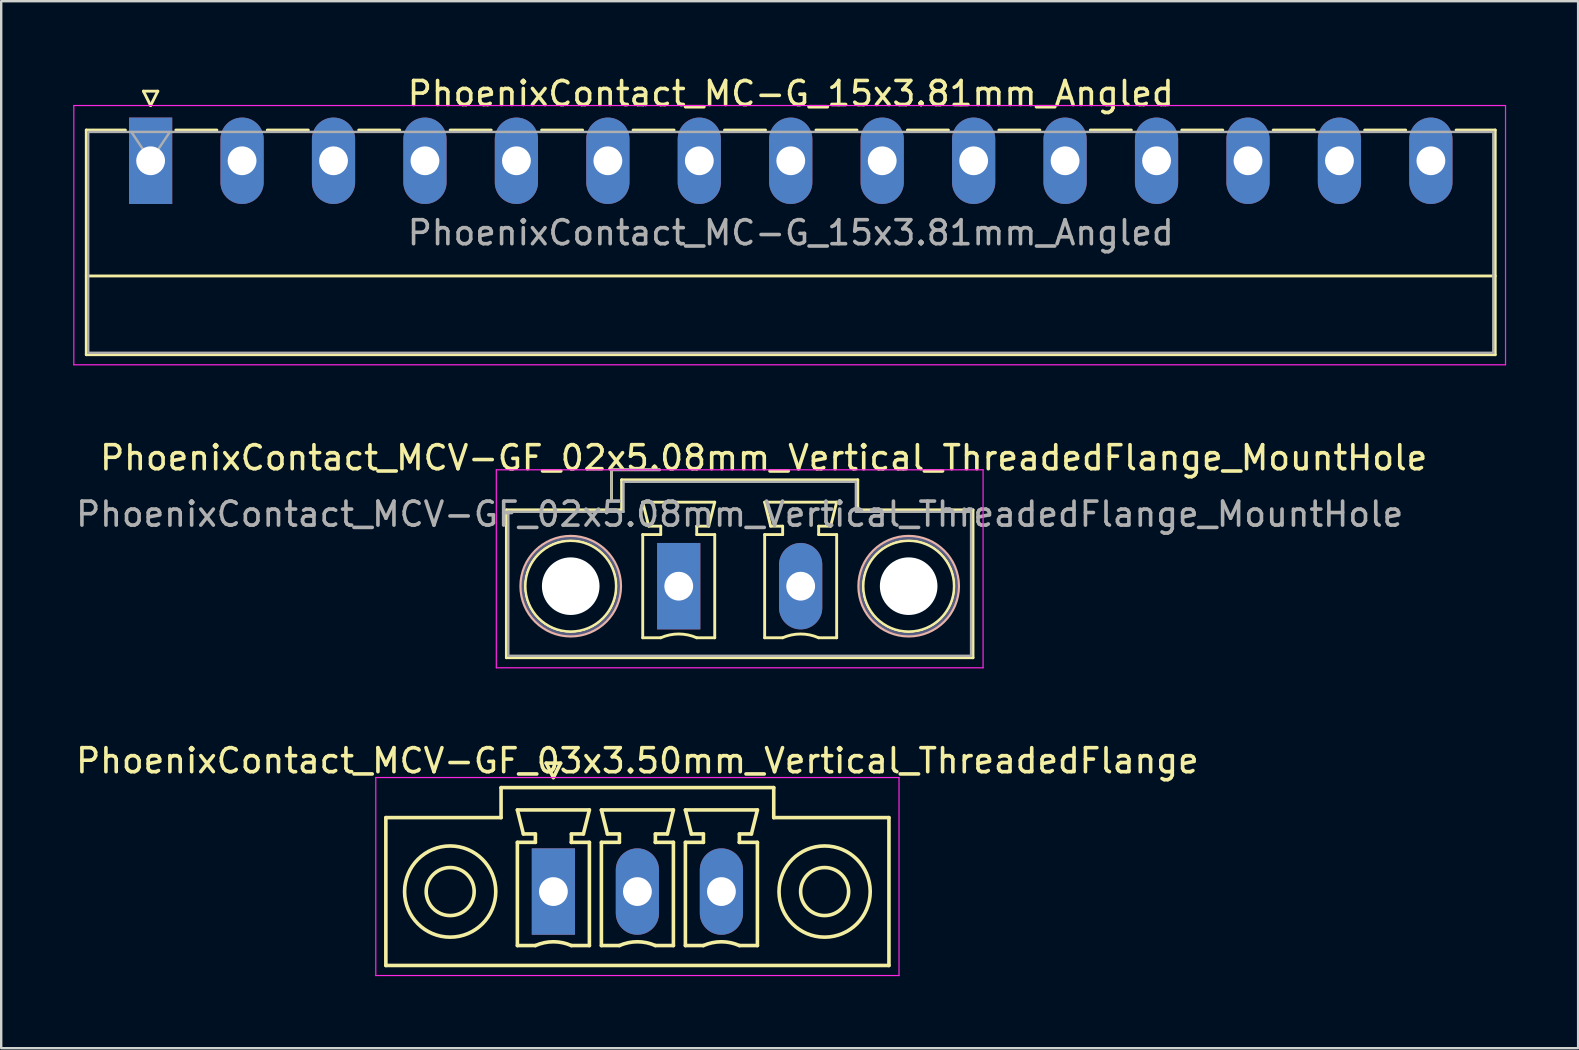
<source format=kicad_pcb>
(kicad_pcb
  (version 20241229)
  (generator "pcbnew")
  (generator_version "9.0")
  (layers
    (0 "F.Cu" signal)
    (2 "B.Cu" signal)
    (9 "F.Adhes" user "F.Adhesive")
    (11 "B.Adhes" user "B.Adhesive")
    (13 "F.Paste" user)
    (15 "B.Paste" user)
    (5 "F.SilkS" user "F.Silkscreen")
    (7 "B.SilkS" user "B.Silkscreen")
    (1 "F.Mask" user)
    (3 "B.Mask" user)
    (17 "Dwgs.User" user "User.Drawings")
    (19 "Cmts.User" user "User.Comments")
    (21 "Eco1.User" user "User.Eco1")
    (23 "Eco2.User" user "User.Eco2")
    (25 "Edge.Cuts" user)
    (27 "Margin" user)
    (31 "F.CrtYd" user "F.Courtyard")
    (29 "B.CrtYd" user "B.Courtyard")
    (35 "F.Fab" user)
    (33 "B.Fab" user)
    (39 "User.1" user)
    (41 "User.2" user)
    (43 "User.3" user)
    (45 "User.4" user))
  (footprint "PhoenixContact_MCV-GF_03x3.50mm_Vertical_ThreadedFlange"
    (layer "F.Cu")
    (at 20.006 34.095)
    (property "Reference" "PhoenixContact_MCV-GF_03x3.50mm_Vertical_ThreadedFlange" (at 3.5 -5.45 0) (layer "F.SilkS") (effects (font (size 1 1) (thickness 0.15))))
    (attr through_hole)
    (fp_line (start -6.98 -3.08) (end -6.98 3.08) (stroke (width 0.15) (type solid)) (layer "F.SilkS"))
    (fp_line (start -6.98 3.08) (end 13.98 3.08) (stroke (width 0.15) (type solid)) (layer "F.SilkS"))
    (fp_line (start -2.18 -4.33) (end -2.18 -3.08) (stroke (width 0.15) (type solid)) (layer "F.SilkS"))
    (fp_line (start -2.18 -3.08) (end -6.98 -3.08) (stroke (width 0.15) (type solid)) (layer "F.SilkS"))
    (fp_line (start -1.5 -3.4) (end 1.5 -3.4) (stroke (width 0.15) (type solid)) (layer "F.SilkS"))
    (fp_line (start -1.5 -2.05) (end -0.75 -2.05) (stroke (width 0.15) (type solid)) (layer "F.SilkS"))
    (fp_line (start -1.5 2.25) (end -1.5 -2.05) (stroke (width 0.15) (type solid)) (layer "F.SilkS"))
    (fp_line (start -1.25 -2.4) (end -1.5 -3.4) (stroke (width 0.15) (type solid)) (layer "F.SilkS"))
    (fp_line (start -0.75 -2.4) (end -1.25 -2.4) (stroke (width 0.15) (type solid)) (layer "F.SilkS"))
    (fp_line (start -0.75 -2.05) (end -0.75 -2.4) (stroke (width 0.15) (type solid)) (layer "F.SilkS"))
    (fp_line (start -0.75 2.25) (end -1.5 2.25) (stroke (width 0.15) (type solid)) (layer "F.SilkS"))
    (fp_line (start -0.3 -5.35) (end 0 -4.75) (stroke (width 0.15) (type solid)) (layer "F.SilkS"))
    (fp_line (start 0 -4.75) (end 0.3 -5.35) (stroke (width 0.15) (type solid)) (layer "F.SilkS"))
    (fp_line (start 0.3 -5.35) (end -0.3 -5.35) (stroke (width 0.15) (type solid)) (layer "F.SilkS"))
    (fp_line (start 0.75 -2.4) (end 0.75 -2.05) (stroke (width 0.15) (type solid)) (layer "F.SilkS"))
    (fp_line (start 0.75 -2.05) (end 0.75 -2.05) (stroke (width 0.15) (type solid)) (layer "F.SilkS"))
    (fp_line (start 0.75 -2.05) (end 1.5 -2.05) (stroke (width 0.15) (type solid)) (layer "F.SilkS"))
    (fp_line (start 1.25 -2.4) (end 0.75 -2.4) (stroke (width 0.15) (type solid)) (layer "F.SilkS"))
    (fp_line (start 1.5 -3.4) (end 1.25 -2.4) (stroke (width 0.15) (type solid)) (layer "F.SilkS"))
    (fp_line (start 1.5 -2.05) (end 1.5 2.25) (stroke (width 0.15) (type solid)) (layer "F.SilkS"))
    (fp_line (start 1.5 2.25) (end 0.75 2.25) (stroke (width 0.15) (type solid)) (layer "F.SilkS"))
    (fp_line (start 2 -3.4) (end 5 -3.4) (stroke (width 0.15) (type solid)) (layer "F.SilkS"))
    (fp_line (start 2 -2.05) (end 2.75 -2.05) (stroke (width 0.15) (type solid)) (layer "F.SilkS"))
    (fp_line (start 2 2.25) (end 2 -2.05) (stroke (width 0.15) (type solid)) (layer "F.SilkS"))
    (fp_line (start 2.25 -2.4) (end 2 -3.4) (stroke (width 0.15) (type solid)) (layer "F.SilkS"))
    (fp_line (start 2.75 -2.4) (end 2.25 -2.4) (stroke (width 0.15) (type solid)) (layer "F.SilkS"))
    (fp_line (start 2.75 -2.05) (end 2.75 -2.4) (stroke (width 0.15) (type solid)) (layer "F.SilkS"))
    (fp_line (start 2.75 2.25) (end 2 2.25) (stroke (width 0.15) (type solid)) (layer "F.SilkS"))
    (fp_line (start 4.25 -2.4) (end 4.25 -2.05) (stroke (width 0.15) (type solid)) (layer "F.SilkS"))
    (fp_line (start 4.25 -2.05) (end 4.25 -2.05) (stroke (width 0.15) (type solid)) (layer "F.SilkS"))
    (fp_line (start 4.25 -2.05) (end 5 -2.05) (stroke (width 0.15) (type solid)) (layer "F.SilkS"))
    (fp_line (start 4.75 -2.4) (end 4.25 -2.4) (stroke (width 0.15) (type solid)) (layer "F.SilkS"))
    (fp_line (start 5 -3.4) (end 4.75 -2.4) (stroke (width 0.15) (type solid)) (layer "F.SilkS"))
    (fp_line (start 5 -2.05) (end 5 2.25) (stroke (width 0.15) (type solid)) (layer "F.SilkS"))
    (fp_line (start 5 2.25) (end 4.25 2.25) (stroke (width 0.15) (type solid)) (layer "F.SilkS"))
    (fp_line (start 5.5 -3.4) (end 8.5 -3.4) (stroke (width 0.15) (type solid)) (layer "F.SilkS"))
    (fp_line (start 5.5 -2.05) (end 6.25 -2.05) (stroke (width 0.15) (type solid)) (layer "F.SilkS"))
    (fp_line (start 5.5 2.25) (end 5.5 -2.05) (stroke (width 0.15) (type solid)) (layer "F.SilkS"))
    (fp_line (start 5.75 -2.4) (end 5.5 -3.4) (stroke (width 0.15) (type solid)) (layer "F.SilkS"))
    (fp_line (start 6.25 -2.4) (end 5.75 -2.4) (stroke (width 0.15) (type solid)) (layer "F.SilkS"))
    (fp_line (start 6.25 -2.05) (end 6.25 -2.4) (stroke (width 0.15) (type solid)) (layer "F.SilkS"))
    (fp_line (start 6.25 2.25) (end 5.5 2.25) (stroke (width 0.15) (type solid)) (layer "F.SilkS"))
    (fp_line (start 7.75 -2.4) (end 7.75 -2.05) (stroke (width 0.15) (type solid)) (layer "F.SilkS"))
    (fp_line (start 7.75 -2.05) (end 7.75 -2.05) (stroke (width 0.15) (type solid)) (layer "F.SilkS"))
    (fp_line (start 7.75 -2.05) (end 8.5 -2.05) (stroke (width 0.15) (type solid)) (layer "F.SilkS"))
    (fp_line (start 8.25 -2.4) (end 7.75 -2.4) (stroke (width 0.15) (type solid)) (layer "F.SilkS"))
    (fp_line (start 8.5 -3.4) (end 8.25 -2.4) (stroke (width 0.15) (type solid)) (layer "F.SilkS"))
    (fp_line (start 8.5 -2.05) (end 8.5 2.25) (stroke (width 0.15) (type solid)) (layer "F.SilkS"))
    (fp_line (start 8.5 2.25) (end 7.75 2.25) (stroke (width 0.15) (type solid)) (layer "F.SilkS"))
    (fp_line (start 9.18 -4.33) (end -2.18 -4.33) (stroke (width 0.15) (type solid)) (layer "F.SilkS"))
    (fp_line (start 9.18 -3.08) (end 9.18 -4.33) (stroke (width 0.15) (type solid)) (layer "F.SilkS"))
    (fp_line (start 13.98 -3.08) (end 9.18 -3.08) (stroke (width 0.15) (type solid)) (layer "F.SilkS"))
    (fp_line (start 13.98 3.08) (end 13.98 -3.08) (stroke (width 0.15) (type solid)) (layer "F.SilkS"))
    (fp_arc (start -0.75 2.25) (mid -0.000193 2.09191) (end 0.749647 2.249844) (stroke (width 0.15) (type solid)) (layer "F.SilkS"))
    (fp_arc (start 2.75 2.25) (mid 3.499807 2.09191) (end 4.249647 2.249844) (stroke (width 0.15) (type solid)) (layer "F.SilkS"))
    (fp_arc (start 6.25 2.25) (mid 6.999807 2.09191) (end 7.749647 2.249844) (stroke (width 0.15) (type solid)) (layer "F.SilkS"))
    (fp_circle (center -4.3 0) (end -3.3 0) (stroke (width 0.15) (type solid)) (fill no) (layer "F.SilkS"))
    (fp_circle (center -4.3 0) (end -2.4 0) (stroke (width 0.15) (type solid)) (fill no) (layer "F.SilkS"))
    (fp_circle (center 11.3 0) (end 12.3 0) (stroke (width 0.15) (type solid)) (fill no) (layer "F.SilkS"))
    (fp_circle (center 11.3 0) (end 13.2 0) (stroke (width 0.15) (type solid)) (fill no) (layer "F.SilkS"))
    (fp_line (start -7.4 -4.75) (end -7.4 3.5) (stroke (width 0.05) (type solid)) (layer "F.CrtYd"))
    (fp_line (start -7.4 3.5) (end 14.4 3.5) (stroke (width 0.05) (type solid)) (layer "F.CrtYd"))
    (fp_line (start 14.4 -4.75) (end -7.4 -4.75) (stroke (width 0.05) (type solid)) (layer "F.CrtYd"))
    (fp_line (start 14.4 3.5) (end 14.4 -4.75) (stroke (width 0.05) (type solid)) (layer "F.CrtYd"))
    (pad "1" thru_hole rect (at 0 0) (size 1.8 3.6) (drill 1.2) (layers "*.Cu" "*.Mask"))
    (pad "2" thru_hole oval (at 3.5 0) (size 1.8 3.6) (drill 1.2) (layers "*.Cu" "*.Mask"))
    (pad "3" thru_hole oval (at 7 0) (size 1.8 3.6) (drill 1.2) (layers "*.Cu" "*.Mask")))
  (footprint "PhoenixContact_MC-G_15x3.81mm_Angled"
    (layer "F.Cu")
    (at 3.225 3.648)
    (property "Reference" "PhoenixContact_MC-G_15x3.81mm_Angled" (at 26.67 -2.8 0) (layer "F.SilkS") (effects (font (size 1 1) (thickness 0.15))))
    (attr through_hole)
    (fp_line (start -2.68 -1.28) (end -2.68 8.08) (stroke (width 0.12) (type solid)) (layer "F.SilkS"))
    (fp_line (start -2.68 -1.28) (end -1.05 -1.28) (stroke (width 0.12) (type solid)) (layer "F.SilkS"))
    (fp_line (start -2.68 4.8) (end 56.02 4.8) (stroke (width 0.12) (type solid)) (layer "F.SilkS"))
    (fp_line (start -2.68 8.08) (end 56.02 8.08) (stroke (width 0.12) (type solid)) (layer "F.SilkS"))
    (fp_line (start -0.3 -2.9) (end 0.3 -2.9) (stroke (width 0.12) (type solid)) (layer "F.SilkS"))
    (fp_line (start 0 -2.3) (end -0.3 -2.9) (stroke (width 0.12) (type solid)) (layer "F.SilkS"))
    (fp_line (start 0.3 -2.9) (end 0 -2.3) (stroke (width 0.12) (type solid)) (layer "F.SilkS"))
    (fp_line (start 1.05 -1.28) (end 2.76 -1.28) (stroke (width 0.12) (type solid)) (layer "F.SilkS"))
    (fp_line (start 4.86 -1.28) (end 6.57 -1.28) (stroke (width 0.12) (type solid)) (layer "F.SilkS"))
    (fp_line (start 8.67 -1.28) (end 10.38 -1.28) (stroke (width 0.12) (type solid)) (layer "F.SilkS"))
    (fp_line (start 12.48 -1.28) (end 14.19 -1.28) (stroke (width 0.12) (type solid)) (layer "F.SilkS"))
    (fp_line (start 16.29 -1.28) (end 18 -1.28) (stroke (width 0.12) (type solid)) (layer "F.SilkS"))
    (fp_line (start 20.1 -1.28) (end 21.81 -1.28) (stroke (width 0.12) (type solid)) (layer "F.SilkS"))
    (fp_line (start 23.91 -1.28) (end 25.62 -1.28) (stroke (width 0.12) (type solid)) (layer "F.SilkS"))
    (fp_line (start 27.72 -1.28) (end 29.43 -1.28) (stroke (width 0.12) (type solid)) (layer "F.SilkS"))
    (fp_line (start 31.53 -1.28) (end 33.24 -1.28) (stroke (width 0.12) (type solid)) (layer "F.SilkS"))
    (fp_line (start 35.34 -1.28) (end 37.05 -1.28) (stroke (width 0.12) (type solid)) (layer "F.SilkS"))
    (fp_line (start 39.15 -1.28) (end 40.86 -1.28) (stroke (width 0.12) (type solid)) (layer "F.SilkS"))
    (fp_line (start 42.96 -1.28) (end 44.67 -1.28) (stroke (width 0.12) (type solid)) (layer "F.SilkS"))
    (fp_line (start 46.77 -1.28) (end 48.48 -1.28) (stroke (width 0.12) (type solid)) (layer "F.SilkS"))
    (fp_line (start 50.58 -1.28) (end 52.29 -1.28) (stroke (width 0.12) (type solid)) (layer "F.SilkS"))
    (fp_line (start 56.02 -1.28) (end 54.39 -1.28) (stroke (width 0.12) (type solid)) (layer "F.SilkS"))
    (fp_line (start 56.02 8.08) (end 56.02 -1.28) (stroke (width 0.12) (type solid)) (layer "F.SilkS"))
    (fp_line (start -3.2 -2.3) (end -3.2 8.5) (stroke (width 0.05) (type solid)) (layer "F.CrtYd"))
    (fp_line (start -3.2 8.5) (end 56.45 8.5) (stroke (width 0.05) (type solid)) (layer "F.CrtYd"))
    (fp_line (start 56.45 -2.3) (end -3.2 -2.3) (stroke (width 0.05) (type solid)) (layer "F.CrtYd"))
    (fp_line (start 56.45 8.5) (end 56.45 -2.3) (stroke (width 0.05) (type solid)) (layer "F.CrtYd"))
    (fp_line (start -2.6 -1.2) (end -2.6 8) (stroke (width 0.1) (type solid)) (layer "F.Fab"))
    (fp_line (start -2.6 8) (end 55.94 8) (stroke (width 0.1) (type solid)) (layer "F.Fab"))
    (fp_line (start 0 0) (end -0.8 -1.2) (stroke (width 0.1) (type solid)) (layer "F.Fab"))
    (fp_line (start 0.8 -1.2) (end 0 0) (stroke (width 0.1) (type solid)) (layer "F.Fab"))
    (fp_line (start 55.94 -1.2) (end -2.6 -1.2) (stroke (width 0.1) (type solid)) (layer "F.Fab"))
    (fp_line (start 55.94 8) (end 55.94 -1.2) (stroke (width 0.1) (type solid)) (layer "F.Fab"))
    (fp_text user "${REFERENCE}" (at 26.67 3 0) (layer "F.Fab") (effects (font (size 1 1) (thickness 0.15))))
    (pad "1" thru_hole rect (at 0 0) (size 1.8 3.6) (drill 1.2) (layers "*.Cu" "*.Mask"))
    (pad "2" thru_hole oval (at 3.81 0) (size 1.8 3.6) (drill 1.2) (layers "*.Cu" "*.Mask"))
    (pad "3" thru_hole oval (at 7.62 0) (size 1.8 3.6) (drill 1.2) (layers "*.Cu" "*.Mask"))
    (pad "4" thru_hole oval (at 11.43 0) (size 1.8 3.6) (drill 1.2) (layers "*.Cu" "*.Mask"))
    (pad "5" thru_hole oval (at 15.24 0) (size 1.8 3.6) (drill 1.2) (layers "*.Cu" "*.Mask"))
    (pad "6" thru_hole oval (at 19.05 0) (size 1.8 3.6) (drill 1.2) (layers "*.Cu" "*.Mask"))
    (pad "7" thru_hole oval (at 22.86 0) (size 1.8 3.6) (drill 1.2) (layers "*.Cu" "*.Mask"))
    (pad "8" thru_hole oval (at 26.67 0) (size 1.8 3.6) (drill 1.2) (layers "*.Cu" "*.Mask"))
    (pad "9" thru_hole oval (at 30.48 0) (size 1.8 3.6) (drill 1.2) (layers "*.Cu" "*.Mask"))
    (pad "10" thru_hole oval (at 34.29 0) (size 1.8 3.6) (drill 1.2) (layers "*.Cu" "*.Mask"))
    (pad "11" thru_hole oval (at 38.1 0) (size 1.8 3.6) (drill 1.2) (layers "*.Cu" "*.Mask"))
    (pad "12" thru_hole oval (at 41.91 0) (size 1.8 3.6) (drill 1.2) (layers "*.Cu" "*.Mask"))
    (pad "13" thru_hole oval (at 45.72 0) (size 1.8 3.6) (drill 1.2) (layers "*.Cu" "*.Mask"))
    (pad "14" thru_hole oval (at 49.53 0) (size 1.8 3.6) (drill 1.2) (layers "*.Cu" "*.Mask"))
    (pad "15" thru_hole oval (at 53.34 0) (size 1.8 3.6) (drill 1.2) (layers "*.Cu" "*.Mask")))
  (footprint "PhoenixContact_MCV-GF_02x5.08mm_Vertical_ThreadedFlange_MountHole"
    (layer "F.Cu")
    (at 25.228 21.372)
    (property "Reference" "PhoenixContact_MCV-GF_02x5.08mm_Vertical_ThreadedFlange_MountHole" (at 3.54 -5.35 0) (layer "F.SilkS") (effects (font (size 1 1) (thickness 0.15))))
    (attr through_hole)
    (fp_line (start -7.18 -3.18) (end -7.18 2.98) (stroke (width 0.12) (type solid)) (layer "F.SilkS"))
    (fp_line (start -7.18 2.98) (end 12.26 2.98) (stroke (width 0.12) (type solid)) (layer "F.SilkS"))
    (fp_line (start -2.8 -4.85) (end -0.8 -4.85) (stroke (width 0.12) (type solid)) (layer "F.SilkS"))
    (fp_line (start -2.8 -3.6) (end -2.8 -4.85) (stroke (width 0.12) (type solid)) (layer "F.SilkS"))
    (fp_line (start -2.38 -4.43) (end -2.38 -3.18) (stroke (width 0.12) (type solid)) (layer "F.SilkS"))
    (fp_line (start -2.38 -3.18) (end -7.18 -3.18) (stroke (width 0.12) (type solid)) (layer "F.SilkS"))
    (fp_line (start -1.5 -3.5) (end 1.5 -3.5) (stroke (width 0.12) (type solid)) (layer "F.SilkS"))
    (fp_line (start -1.5 -2.15) (end -0.75 -2.15) (stroke (width 0.12) (type solid)) (layer "F.SilkS"))
    (fp_line (start -1.5 2.15) (end -1.5 -2.15) (stroke (width 0.12) (type solid)) (layer "F.SilkS"))
    (fp_line (start -1.25 -2.5) (end -1.5 -3.5) (stroke (width 0.12) (type solid)) (layer "F.SilkS"))
    (fp_line (start -0.75 -2.5) (end -1.25 -2.5) (stroke (width 0.12) (type solid)) (layer "F.SilkS"))
    (fp_line (start -0.75 -2.15) (end -0.75 -2.5) (stroke (width 0.12) (type solid)) (layer "F.SilkS"))
    (fp_line (start -0.75 2.15) (end -1.5 2.15) (stroke (width 0.12) (type solid)) (layer "F.SilkS"))
    (fp_line (start 0.75 -2.5) (end 0.75 -2.15) (stroke (width 0.12) (type solid)) (layer "F.SilkS"))
    (fp_line (start 0.75 -2.15) (end 1.5 -2.15) (stroke (width 0.12) (type solid)) (layer "F.SilkS"))
    (fp_line (start 1.25 -2.5) (end 0.75 -2.5) (stroke (width 0.12) (type solid)) (layer "F.SilkS"))
    (fp_line (start 1.5 -3.5) (end 1.25 -2.5) (stroke (width 0.12) (type solid)) (layer "F.SilkS"))
    (fp_line (start 1.5 -2.15) (end 1.5 2.15) (stroke (width 0.12) (type solid)) (layer "F.SilkS"))
    (fp_line (start 1.5 2.15) (end 0.75 2.15) (stroke (width 0.12) (type solid)) (layer "F.SilkS"))
    (fp_line (start 3.58 -3.5) (end 6.58 -3.5) (stroke (width 0.12) (type solid)) (layer "F.SilkS"))
    (fp_line (start 3.58 -2.15) (end 4.33 -2.15) (stroke (width 0.12) (type solid)) (layer "F.SilkS"))
    (fp_line (start 3.58 2.15) (end 3.58 -2.15) (stroke (width 0.12) (type solid)) (layer "F.SilkS"))
    (fp_line (start 3.83 -2.5) (end 3.58 -3.5) (stroke (width 0.12) (type solid)) (layer "F.SilkS"))
    (fp_line (start 4.33 -2.5) (end 3.83 -2.5) (stroke (width 0.12) (type solid)) (layer "F.SilkS"))
    (fp_line (start 4.33 -2.15) (end 4.33 -2.5) (stroke (width 0.12) (type solid)) (layer "F.SilkS"))
    (fp_line (start 4.33 2.15) (end 3.58 2.15) (stroke (width 0.12) (type solid)) (layer "F.SilkS"))
    (fp_line (start 5.83 -2.5) (end 5.83 -2.15) (stroke (width 0.12) (type solid)) (layer "F.SilkS"))
    (fp_line (start 5.83 -2.15) (end 6.58 -2.15) (stroke (width 0.12) (type solid)) (layer "F.SilkS"))
    (fp_line (start 6.33 -2.5) (end 5.83 -2.5) (stroke (width 0.12) (type solid)) (layer "F.SilkS"))
    (fp_line (start 6.58 -3.5) (end 6.33 -2.5) (stroke (width 0.12) (type solid)) (layer "F.SilkS"))
    (fp_line (start 6.58 -2.15) (end 6.58 2.15) (stroke (width 0.12) (type solid)) (layer "F.SilkS"))
    (fp_line (start 6.58 2.15) (end 5.83 2.15) (stroke (width 0.12) (type solid)) (layer "F.SilkS"))
    (fp_line (start 7.46 -4.43) (end -2.38 -4.43) (stroke (width 0.12) (type solid)) (layer "F.SilkS"))
    (fp_line (start 7.46 -3.18) (end 7.46 -4.43) (stroke (width 0.12) (type solid)) (layer "F.SilkS"))
    (fp_line (start 12.26 -3.18) (end 7.46 -3.18) (stroke (width 0.12) (type solid)) (layer "F.SilkS"))
    (fp_line (start 12.26 2.98) (end 12.26 -3.18) (stroke (width 0.12) (type solid)) (layer "F.SilkS"))
    (fp_arc (start -0.75 2.15) (mid -0.000193 1.99191) (end 0.749647 2.149844) (stroke (width 0.12) (type solid)) (layer "F.SilkS"))
    (fp_arc (start 4.33 2.15) (mid 5.079807 1.99191) (end 5.829647 2.149844) (stroke (width 0.12) (type solid)) (layer "F.SilkS"))
    (fp_circle (center -4.5 0) (end -2.6 0) (stroke (width 0.12) (type solid)) (fill no) (layer "F.SilkS"))
    (fp_circle (center 9.58 0) (end 11.48 0) (stroke (width 0.12) (type solid)) (fill no) (layer "F.SilkS"))
    (fp_circle (center -4.5 0) (end -2.42 0) (stroke (width 0.12) (type solid)) (fill no) (layer "B.SilkS"))
    (fp_circle (center 9.58 0) (end 11.66 0) (stroke (width 0.12) (type solid)) (fill no) (layer "B.SilkS"))
    (fp_line (start -7.6 -4.85) (end -7.6 3.4) (stroke (width 0.05) (type solid)) (layer "F.CrtYd"))
    (fp_line (start -7.6 3.4) (end 12.68 3.4) (stroke (width 0.05) (type solid)) (layer "F.CrtYd"))
    (fp_line (start 12.68 -4.85) (end -7.6 -4.85) (stroke (width 0.05) (type solid)) (layer "F.CrtYd"))
    (fp_line (start 12.68 3.4) (end 12.68 -4.85) (stroke (width 0.05) (type solid)) (layer "F.CrtYd"))
    (fp_circle (center -4.5 0) (end -2.5 0) (stroke (width 0.1) (type solid)) (fill no) (layer "B.Fab"))
    (fp_circle (center 9.58 0) (end 11.58 0) (stroke (width 0.1) (type solid)) (fill no) (layer "B.Fab"))
    (fp_line (start -7.1 -3.1) (end -7.1 2.9) (stroke (width 0.1) (type solid)) (layer "F.Fab"))
    (fp_line (start -7.1 2.9) (end 12.18 2.9) (stroke (width 0.1) (type solid)) (layer "F.Fab"))
    (fp_line (start -2.8 -4.85) (end -0.8 -4.85) (stroke (width 0.1) (type solid)) (layer "F.Fab"))
    (fp_line (start -2.8 -3.6) (end -2.8 -4.85) (stroke (width 0.1) (type solid)) (layer "F.Fab"))
    (fp_line (start -2.3 -4.35) (end -2.3 -3.1) (stroke (width 0.1) (type solid)) (layer "F.Fab"))
    (fp_line (start -2.3 -3.1) (end -7.1 -3.1) (stroke (width 0.1) (type solid)) (layer "F.Fab"))
    (fp_line (start 7.38 -4.35) (end -2.3 -4.35) (stroke (width 0.1) (type solid)) (layer "F.Fab"))
    (fp_line (start 7.38 -3.1) (end 7.38 -4.35) (stroke (width 0.1) (type solid)) (layer "F.Fab"))
    (fp_line (start 12.18 -3.1) (end 7.38 -3.1) (stroke (width 0.1) (type solid)) (layer "F.Fab"))
    (fp_line (start 12.18 2.9) (end 12.18 -3.1) (stroke (width 0.1) (type solid)) (layer "F.Fab"))
    (fp_text user "${REFERENCE}" (at 2.54 -3 0) (layer "F.Fab") (effects (font (size 1 1) (thickness 0.15))))
    (pad "" np_thru_hole circle (at -4.5 0) (size 2.4 2.4) (drill 2.4) (layers "*.Cu" "*.Mask"))
    (pad "" np_thru_hole circle (at 9.58 0) (size 2.4 2.4) (drill 2.4) (layers "*.Cu" "*.Mask"))
    (pad "1" thru_hole rect (at 0 0) (size 1.8 3.6) (drill 1.2) (layers "*.Cu" "*.Mask"))
    (pad "2" thru_hole oval (at 5.08 0) (size 1.8 3.6) (drill 1.2) (layers "*.Cu" "*.Mask")))
  (gr_rect
    (start -3 -3)
    (end 62.7 40.62)
    (stroke (width 0.1) (type default))
    (fill no)
    (layer "Edge.Cuts")))
</source>
